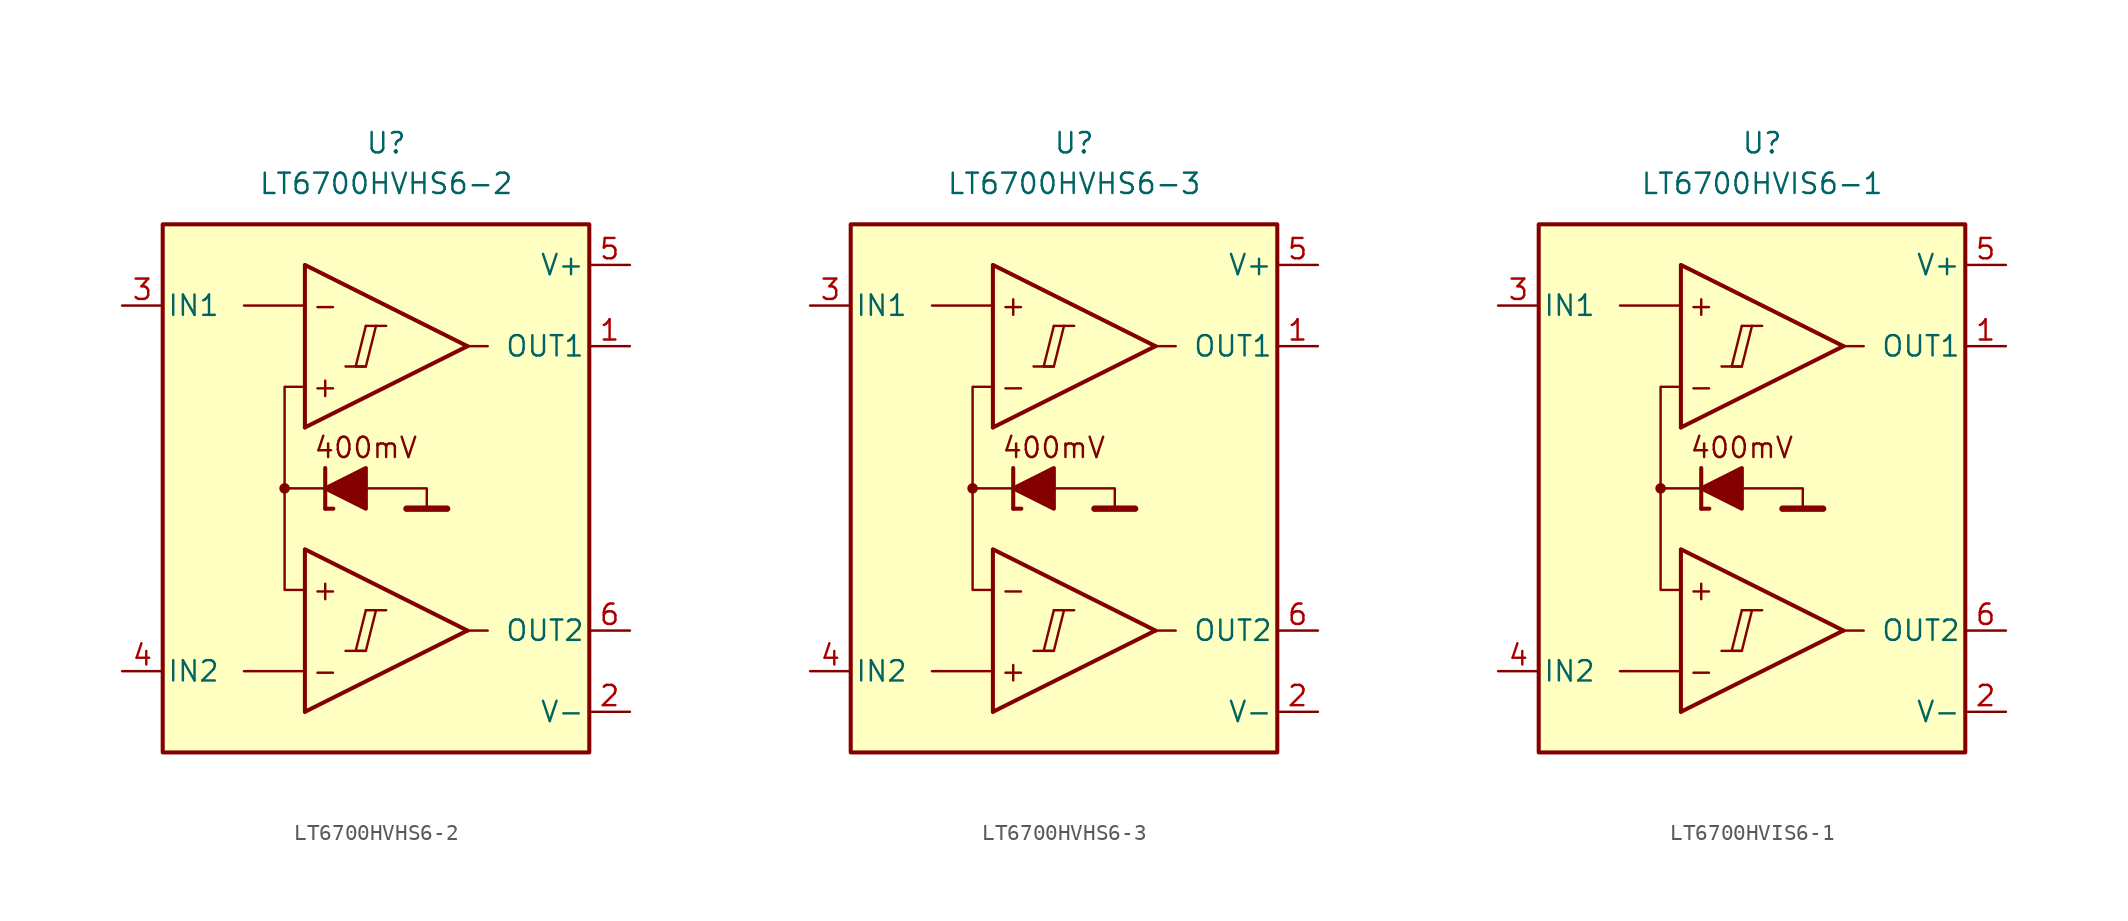
<source format=kicad_sym>
(kicad_symbol_lib
  (version 20231120)
  (generator "kicad_symbol_editor")
  (generator_version "8.0")
  (symbol "LT6700HVHS6-2"
    (pin_names
      (offset 0.254))
    (property "Reference" "U"
      (at 0 22.86 0)
      (effects (font (size 1.27 1.27))))
    (property "Value" "LT6700HVHS6-2"
      (at 0 20.32 0)
      (effects (font (size 1.27 1.27))))
    (symbol "LT6700HVHS6-2_0_0"
      (rectangle (start -13.97 17.78) (end 12.7 -15.24) (stroke (width 0.254) (type default)) (fill (type background)))
      (circle (center -6.35 1.27) (radius 0.254) (stroke (width 0.152) (type default)) (fill (type outline)))
      (polyline (pts (xy -2.54 -8.89) (xy -1.27 -8.89)) (stroke (width 0.152) (type default)) (fill (type none)))
      (polyline (pts (xy -2.54 8.89) (xy -1.27 8.89)) (stroke (width 0.152) (type default)) (fill (type none)))
      (polyline (pts (xy -1.27 -6.35) (xy 0 -6.35)) (stroke (width 0.152) (type default)) (fill (type none)))
      (polyline (pts (xy -1.27 11.43) (xy 0 11.43)) (stroke (width 0.152) (type default)) (fill (type none)))
      (polyline (pts (xy 5.08 -7.62) (xy -5.08 -12.7)) (stroke (width 0.254) (type default)) (fill (type none)))
      (polyline (pts (xy 5.08 10.16) (xy -5.08 5.08)) (stroke (width 0.254) (type default)) (fill (type none)))
      (polyline (pts (xy 5.08 -7.62) (xy -5.08 -2.54) (xy -5.08 -12.7)) (stroke (width 0.254) (type default)) (fill (type background)))
      (polyline (pts (xy 5.08 10.16) (xy -5.08 15.24) (xy -5.08 5.08)) (stroke (width 0.254) (type default)) (fill (type background)))
      (polyline (pts (xy -1.27 -6.35) (xy -1.905 -8.89) (xy -1.27 -8.89) (xy -0.635 -6.35)) (stroke (width 0.152) (type default)) (fill (type none)))
      (polyline (pts (xy -1.27 11.43) (xy -1.905 8.89) (xy -1.27 8.89) (xy -0.635 11.43)) (stroke (width 0.152) (type default)) (fill (type none)))
      (text "+" (at -3.81 -5.08 0) (effects (font (size 1.27 1.27))))
      (text "+" (at -3.81 7.62 0) (effects (font (size 1.27 1.27))))
      (text "-" (at -3.81 -10.16 0) (effects (font (size 1.27 1.27))))
      (text "-" (at -3.81 12.7 0) (effects (font (size 1.27 1.27)))))
    (symbol "LT6700HVHS6-2_0_1"
      (polyline (pts (xy -5.08 -10.16) (xy -8.89 -10.16)) (stroke (width 0) (type default)) (fill (type none)))
      (polyline (pts (xy -5.08 12.7) (xy -8.89 12.7)) (stroke (width 0) (type default)) (fill (type none)))
      (polyline (pts (xy -3.81 0) (xy -3.81 2.54)) (stroke (width 0.254) (type default)) (fill (type none)))
      (polyline (pts (xy -3.81 0) (xy -3.302 0)) (stroke (width 0.254) (type default)) (fill (type none)))
      (polyline (pts (xy -3.81 1.27) (xy -6.35 1.27)) (stroke (width 0.152) (type default)) (fill (type none)))
      (polyline (pts (xy 1.27 0) (xy 3.81 0)) (stroke (width 0.4) (type default)) (fill (type none)))
      (polyline (pts (xy 5.08 -7.62) (xy 6.35 -7.62)) (stroke (width 0) (type default)) (fill (type none)))
      (polyline (pts (xy 5.08 10.16) (xy 6.35 10.16)) (stroke (width 0) (type default)) (fill (type none)))
      (polyline (pts (xy -1.27 1.27) (xy 2.54 1.27) (xy 2.54 0)) (stroke (width 0.152) (type default)) (fill (type none)))
      (polyline (pts (xy -5.08 -5.08) (xy -6.35 -5.08) (xy -6.35 7.62) (xy -5.08 7.62)) (stroke (width 0.152) (type default)) (fill (type none)))
      (polyline (pts (xy -1.27 2.54) (xy -1.27 0) (xy -3.81 1.27) (xy -1.27 2.54)) (stroke (width 0.254) (type default)) (fill (type outline))))
    (symbol "LT6700HVHS6-2_1_0"
      (text "400mV" (at -1.27 3.81 0) (effects (font (size 1.27 1.27)))))
    (symbol "LT6700HVHS6-2_1_1"
      (pin output line (at 15.24 10.16 180) (length 2.54) (name "OUT1" (effects (font (size 1.27 1.27)))) (number "1" (effects (font (size 1.27 1.27)))))
      (pin power_in line (at 15.24 -12.7 180) (length 2.54) (name "V-" (effects (font (size 1.27 1.27)))) (number "2" (effects (font (size 1.27 1.27)))))
      (pin input line (at -16.51 12.7 0) (length 2.54) (name "IN1" (effects (font (size 1.27 1.27)))) (number "3" (effects (font (size 1.27 1.27)))))
      (pin input line (at -16.51 -10.16 0) (length 2.54) (name "IN2" (effects (font (size 1.27 1.27)))) (number "4" (effects (font (size 1.27 1.27)))))
      (pin power_in line (at 15.24 15.24 180) (length 2.54) (name "V+" (effects (font (size 1.27 1.27)))) (number "5" (effects (font (size 1.27 1.27)))))
      (pin output line (at 15.24 -7.62 180) (length 2.54) (name "OUT2" (effects (font (size 1.27 1.27)))) (number "6" (effects (font (size 1.27 1.27)))))))
  (symbol "LT6700HVHS6-3"
    (pin_names
      (offset 0.254))
    (property "Reference" "U"
      (at 0 22.86 0)
      (effects (font (size 1.27 1.27))))
    (property "Value" "LT6700HVHS6-3"
      (at 0 20.32 0)
      (effects (font (size 1.27 1.27))))
    (symbol "LT6700HVHS6-3_0_0"
      (rectangle (start -13.97 17.78) (end 12.7 -15.24) (stroke (width 0.254) (type default)) (fill (type background)))
      (circle (center -6.35 1.27) (radius 0.254) (stroke (width 0.152) (type default)) (fill (type outline)))
      (polyline (pts (xy -2.54 -8.89) (xy -1.27 -8.89)) (stroke (width 0.152) (type default)) (fill (type none)))
      (polyline (pts (xy -2.54 8.89) (xy -1.27 8.89)) (stroke (width 0.152) (type default)) (fill (type none)))
      (polyline (pts (xy -1.27 -6.35) (xy 0 -6.35)) (stroke (width 0.152) (type default)) (fill (type none)))
      (polyline (pts (xy -1.27 11.43) (xy 0 11.43)) (stroke (width 0.152) (type default)) (fill (type none)))
      (polyline (pts (xy 5.08 -7.62) (xy -5.08 -12.7)) (stroke (width 0.254) (type default)) (fill (type none)))
      (polyline (pts (xy 5.08 10.16) (xy -5.08 5.08)) (stroke (width 0.254) (type default)) (fill (type none)))
      (polyline (pts (xy 5.08 -7.62) (xy -5.08 -2.54) (xy -5.08 -12.7)) (stroke (width 0.254) (type default)) (fill (type background)))
      (polyline (pts (xy 5.08 10.16) (xy -5.08 15.24) (xy -5.08 5.08)) (stroke (width 0.254) (type default)) (fill (type background)))
      (polyline (pts (xy -1.27 -6.35) (xy -1.905 -8.89) (xy -1.27 -8.89) (xy -0.635 -6.35)) (stroke (width 0.152) (type default)) (fill (type none)))
      (polyline (pts (xy -1.27 11.43) (xy -1.905 8.89) (xy -1.27 8.89) (xy -0.635 11.43)) (stroke (width 0.152) (type default)) (fill (type none)))
      (text "+" (at -3.81 -10.16 0) (effects (font (size 1.27 1.27))))
      (text "+" (at -3.81 12.7 0) (effects (font (size 1.27 1.27))))
      (text "-" (at -3.81 -5.08 0) (effects (font (size 1.27 1.27))))
      (text "-" (at -3.81 7.62 0) (effects (font (size 1.27 1.27)))))
    (symbol "LT6700HVHS6-3_0_1"
      (polyline (pts (xy -5.08 -10.16) (xy -8.89 -10.16)) (stroke (width 0) (type default)) (fill (type none)))
      (polyline (pts (xy -5.08 12.7) (xy -8.89 12.7)) (stroke (width 0) (type default)) (fill (type none)))
      (polyline (pts (xy -3.81 0) (xy -3.81 2.54)) (stroke (width 0.254) (type default)) (fill (type none)))
      (polyline (pts (xy -3.81 0) (xy -3.302 0)) (stroke (width 0.254) (type default)) (fill (type none)))
      (polyline (pts (xy -3.81 1.27) (xy -6.35 1.27)) (stroke (width 0.152) (type default)) (fill (type none)))
      (polyline (pts (xy 1.27 0) (xy 3.81 0)) (stroke (width 0.4) (type default)) (fill (type none)))
      (polyline (pts (xy 5.08 -7.62) (xy 6.35 -7.62)) (stroke (width 0) (type default)) (fill (type none)))
      (polyline (pts (xy 5.08 10.16) (xy 6.35 10.16)) (stroke (width 0) (type default)) (fill (type none)))
      (polyline (pts (xy -1.27 1.27) (xy 2.54 1.27) (xy 2.54 0)) (stroke (width 0.152) (type default)) (fill (type none)))
      (polyline (pts (xy -5.08 -5.08) (xy -6.35 -5.08) (xy -6.35 7.62) (xy -5.08 7.62)) (stroke (width 0.152) (type default)) (fill (type none)))
      (polyline (pts (xy -1.27 2.54) (xy -1.27 0) (xy -3.81 1.27) (xy -1.27 2.54)) (stroke (width 0.254) (type default)) (fill (type outline))))
    (symbol "LT6700HVHS6-3_1_0"
      (text "400mV" (at -1.27 3.81 0) (effects (font (size 1.27 1.27)))))
    (symbol "LT6700HVHS6-3_1_1"
      (pin output line (at 15.24 10.16 180) (length 2.54) (name "OUT1" (effects (font (size 1.27 1.27)))) (number "1" (effects (font (size 1.27 1.27)))))
      (pin power_in line (at 15.24 -12.7 180) (length 2.54) (name "V-" (effects (font (size 1.27 1.27)))) (number "2" (effects (font (size 1.27 1.27)))))
      (pin input line (at -16.51 12.7 0) (length 2.54) (name "IN1" (effects (font (size 1.27 1.27)))) (number "3" (effects (font (size 1.27 1.27)))))
      (pin input line (at -16.51 -10.16 0) (length 2.54) (name "IN2" (effects (font (size 1.27 1.27)))) (number "4" (effects (font (size 1.27 1.27)))))
      (pin power_in line (at 15.24 15.24 180) (length 2.54) (name "V+" (effects (font (size 1.27 1.27)))) (number "5" (effects (font (size 1.27 1.27)))))
      (pin output line (at 15.24 -7.62 180) (length 2.54) (name "OUT2" (effects (font (size 1.27 1.27)))) (number "6" (effects (font (size 1.27 1.27)))))))
  (symbol "LT6700HVIS6-1"
    (pin_names
      (offset 0.254))
    (property "Reference" "U"
      (at 0 22.86 0)
      (effects (font (size 1.27 1.27))))
    (property "Value" "LT6700HVIS6-1"
      (at 0 20.32 0)
      (effects (font (size 1.27 1.27))))
    (symbol "LT6700HVIS6-1_0_0"
      (rectangle (start -13.97 17.78) (end 12.7 -15.24) (stroke (width 0.254) (type default)) (fill (type background)))
      (circle (center -6.35 1.27) (radius 0.254) (stroke (width 0.152) (type default)) (fill (type outline)))
      (polyline (pts (xy -2.54 -8.89) (xy -1.27 -8.89)) (stroke (width 0.152) (type default)) (fill (type none)))
      (polyline (pts (xy -2.54 8.89) (xy -1.27 8.89)) (stroke (width 0.152) (type default)) (fill (type none)))
      (polyline (pts (xy -1.27 -6.35) (xy 0 -6.35)) (stroke (width 0.152) (type default)) (fill (type none)))
      (polyline (pts (xy -1.27 11.43) (xy 0 11.43)) (stroke (width 0.152) (type default)) (fill (type none)))
      (polyline (pts (xy 5.08 -7.62) (xy -5.08 -12.7)) (stroke (width 0.254) (type default)) (fill (type none)))
      (polyline (pts (xy 5.08 10.16) (xy -5.08 5.08)) (stroke (width 0.254) (type default)) (fill (type none)))
      (polyline (pts (xy 5.08 -7.62) (xy -5.08 -2.54) (xy -5.08 -12.7)) (stroke (width 0.254) (type default)) (fill (type background)))
      (polyline (pts (xy 5.08 10.16) (xy -5.08 15.24) (xy -5.08 5.08)) (stroke (width 0.254) (type default)) (fill (type background)))
      (polyline (pts (xy -1.27 -6.35) (xy -1.905 -8.89) (xy -1.27 -8.89) (xy -0.635 -6.35)) (stroke (width 0.152) (type default)) (fill (type none)))
      (polyline (pts (xy -1.27 11.43) (xy -1.905 8.89) (xy -1.27 8.89) (xy -0.635 11.43)) (stroke (width 0.152) (type default)) (fill (type none)))
      (text "+" (at -3.81 -5.08 0) (effects (font (size 1.27 1.27))))
      (text "+" (at -3.81 12.7 0) (effects (font (size 1.27 1.27))))
      (text "-" (at -3.81 -10.16 0) (effects (font (size 1.27 1.27))))
      (text "-" (at -3.81 7.62 0) (effects (font (size 1.27 1.27)))))
    (symbol "LT6700HVIS6-1_0_1"
      (polyline (pts (xy -5.08 -10.16) (xy -8.89 -10.16)) (stroke (width 0) (type default)) (fill (type none)))
      (polyline (pts (xy -5.08 12.7) (xy -8.89 12.7)) (stroke (width 0) (type default)) (fill (type none)))
      (polyline (pts (xy -3.81 0) (xy -3.81 2.54)) (stroke (width 0.254) (type default)) (fill (type none)))
      (polyline (pts (xy -3.81 0) (xy -3.302 0)) (stroke (width 0.254) (type default)) (fill (type none)))
      (polyline (pts (xy -3.81 1.27) (xy -6.35 1.27)) (stroke (width 0.152) (type default)) (fill (type none)))
      (polyline (pts (xy 1.27 0) (xy 3.81 0)) (stroke (width 0.4) (type default)) (fill (type none)))
      (polyline (pts (xy 5.08 -7.62) (xy 6.35 -7.62)) (stroke (width 0) (type default)) (fill (type none)))
      (polyline (pts (xy 5.08 10.16) (xy 6.35 10.16)) (stroke (width 0) (type default)) (fill (type none)))
      (polyline (pts (xy -1.27 1.27) (xy 2.54 1.27) (xy 2.54 0)) (stroke (width 0.152) (type default)) (fill (type none)))
      (polyline (pts (xy -5.08 -5.08) (xy -6.35 -5.08) (xy -6.35 7.62) (xy -5.08 7.62)) (stroke (width 0.152) (type default)) (fill (type none)))
      (polyline (pts (xy -1.27 2.54) (xy -1.27 0) (xy -3.81 1.27) (xy -1.27 2.54)) (stroke (width 0.254) (type default)) (fill (type outline))))
    (symbol "LT6700HVIS6-1_1_0"
      (text "400mV" (at -1.27 3.81 0) (effects (font (size 1.27 1.27)))))
    (symbol "LT6700HVIS6-1_1_1"
      (pin output line (at 15.24 10.16 180) (length 2.54) (name "OUT1" (effects (font (size 1.27 1.27)))) (number "1" (effects (font (size 1.27 1.27)))))
      (pin power_in line (at 15.24 -12.7 180) (length 2.54) (name "V-" (effects (font (size 1.27 1.27)))) (number "2" (effects (font (size 1.27 1.27)))))
      (pin input line (at -16.51 12.7 0) (length 2.54) (name "IN1" (effects (font (size 1.27 1.27)))) (number "3" (effects (font (size 1.27 1.27)))))
      (pin input line (at -16.51 -10.16 0) (length 2.54) (name "IN2" (effects (font (size 1.27 1.27)))) (number "4" (effects (font (size 1.27 1.27)))))
      (pin power_in line (at 15.24 15.24 180) (length 2.54) (name "V+" (effects (font (size 1.27 1.27)))) (number "5" (effects (font (size 1.27 1.27)))))
      (pin output line (at 15.24 -7.62 180) (length 2.54) (name "OUT2" (effects (font (size 1.27 1.27)))) (number "6" (effects (font (size 1.27 1.27))))))))
</source>
